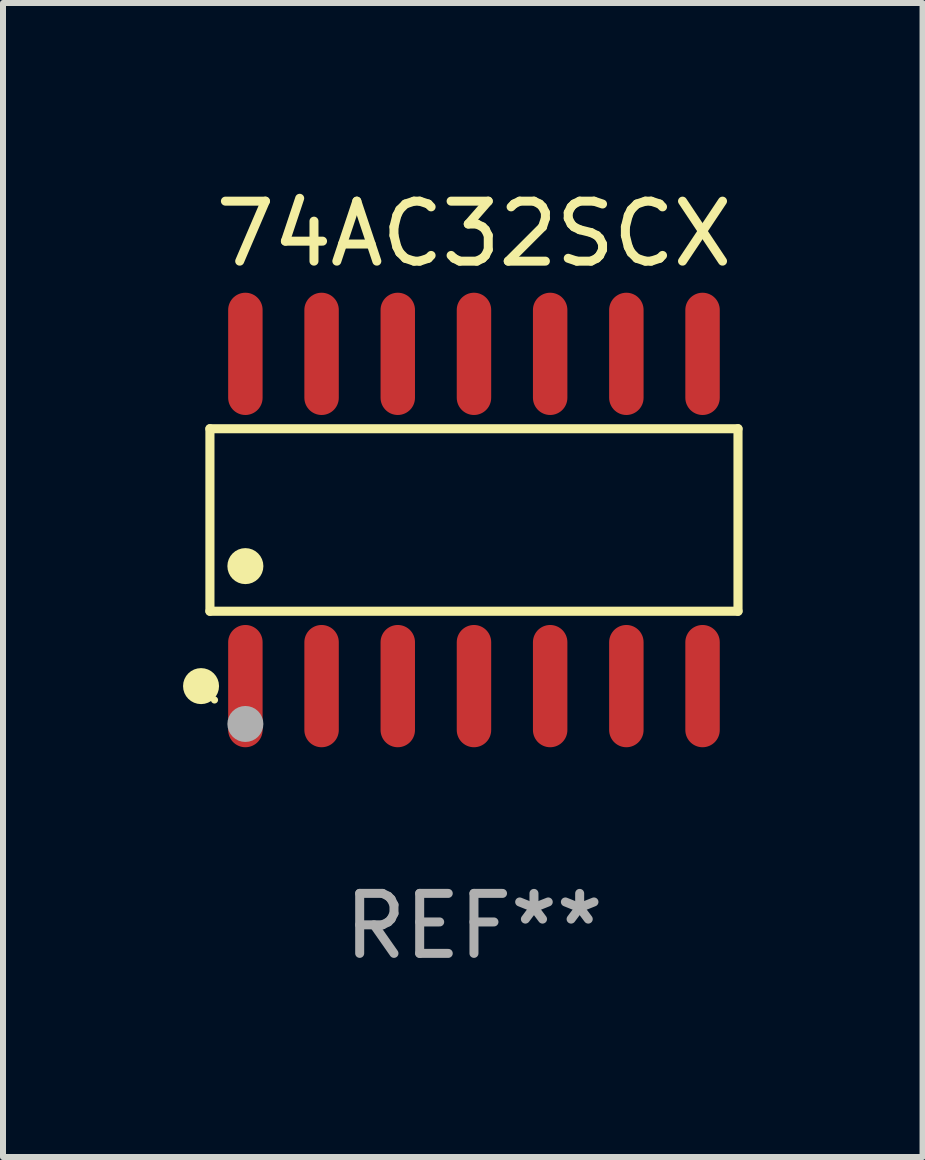
<source format=kicad_pcb>
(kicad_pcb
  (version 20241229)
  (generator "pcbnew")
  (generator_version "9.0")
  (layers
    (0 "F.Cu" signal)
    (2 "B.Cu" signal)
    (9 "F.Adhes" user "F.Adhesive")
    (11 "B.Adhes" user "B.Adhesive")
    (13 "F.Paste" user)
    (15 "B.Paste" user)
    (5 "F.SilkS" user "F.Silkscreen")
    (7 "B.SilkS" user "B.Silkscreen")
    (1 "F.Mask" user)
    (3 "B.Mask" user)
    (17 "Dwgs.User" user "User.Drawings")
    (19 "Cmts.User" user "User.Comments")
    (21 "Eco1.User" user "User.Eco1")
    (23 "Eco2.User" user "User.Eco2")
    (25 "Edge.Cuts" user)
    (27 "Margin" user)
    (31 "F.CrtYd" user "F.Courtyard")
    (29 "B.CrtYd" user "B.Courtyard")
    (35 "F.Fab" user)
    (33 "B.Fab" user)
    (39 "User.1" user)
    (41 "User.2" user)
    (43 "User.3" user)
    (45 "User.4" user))
  (footprint "74AC32SCX"
    (layer "F.Cu")
    (at 4.85 5.617)
    (property "Reference" "74AC32SCX" (at 0 -4.769 0) (layer "F.SilkS") (effects (font (size 1 1) (thickness 0.15))))
    (attr through_hole)
    (fp_line (start -4.401 -1.521) (end 4.401 -1.521) (stroke (width 0.152) (type solid)) (layer "F.SilkS"))
    (fp_line (start -4.401 1.521) (end -4.401 -1.521) (stroke (width 0.152) (type solid)) (layer "F.SilkS"))
    (fp_line (start 4.401 -1.521) (end 4.401 1.521) (stroke (width 0.152) (type solid)) (layer "F.SilkS"))
    (fp_line (start 4.401 1.521) (end -4.401 1.521) (stroke (width 0.152) (type solid)) (layer "F.SilkS"))
    (fp_circle (center -4.549 2.769) (end -4.399 2.769) (stroke (width 0.3) (type solid)) (fill no) (layer "F.SilkS"))
    (fp_circle (center -4.325 3) (end -4.295 3) (stroke (width 0.06) (type solid)) (fill no) (layer "F.SilkS"))
    (fp_circle (center -3.81 0.769) (end -3.66 0.769) (stroke (width 0.3) (type solid)) (fill no) (layer "F.SilkS"))
    (fp_circle (center -3.81 3.4) (end -3.66 3.4) (stroke (width 0.3) (type solid)) (fill no) (layer "F.Fab"))
    (fp_text user "REF**" (at 0 6.769 0) (layer "F.Fab") (effects (font (size 1 1) (thickness 0.15))))
    (pad "1" smd oval (at -3.81 2.769) (size 0.574 2.038) (layers "F.Cu" "F.Mask" "F.Paste"))
    (pad "2" smd oval (at -2.54 2.769) (size 0.574 2.038) (layers "F.Cu" "F.Mask" "F.Paste"))
    (pad "3" smd oval (at -1.27 2.769) (size 0.574 2.038) (layers "F.Cu" "F.Mask" "F.Paste"))
    (pad "4" smd oval (at 0 2.769) (size 0.574 2.038) (layers "F.Cu" "F.Mask" "F.Paste"))
    (pad "5" smd oval (at 1.27 2.769) (size 0.574 2.038) (layers "F.Cu" "F.Mask" "F.Paste"))
    (pad "6" smd oval (at 2.54 2.769) (size 0.574 2.038) (layers "F.Cu" "F.Mask" "F.Paste"))
    (pad "7" smd oval (at 3.81 2.769) (size 0.574 2.038) (layers "F.Cu" "F.Mask" "F.Paste"))
    (pad "8" smd oval (at 3.81 -2.769) (size 0.574 2.038) (layers "F.Cu" "F.Mask" "F.Paste"))
    (pad "9" smd oval (at 2.54 -2.769) (size 0.574 2.038) (layers "F.Cu" "F.Mask" "F.Paste"))
    (pad "10" smd oval (at 1.27 -2.769) (size 0.574 2.038) (layers "F.Cu" "F.Mask" "F.Paste"))
    (pad "11" smd oval (at 0 -2.769) (size 0.574 2.038) (layers "F.Cu" "F.Mask" "F.Paste"))
    (pad "12" smd oval (at -1.27 -2.769) (size 0.574 2.038) (layers "F.Cu" "F.Mask" "F.Paste"))
    (pad "13" smd oval (at -2.54 -2.769) (size 0.574 2.038) (layers "F.Cu" "F.Mask" "F.Paste"))
    (pad "14" smd oval (at -3.81 -2.769) (size 0.574 2.038) (layers "F.Cu" "F.Mask" "F.Paste")))
  (gr_rect
    (start -3 -3)
    (end 12.327 16.235)
    (stroke (width 0.1) (type default))
    (fill no)
    (layer "Edge.Cuts")))
</source>
